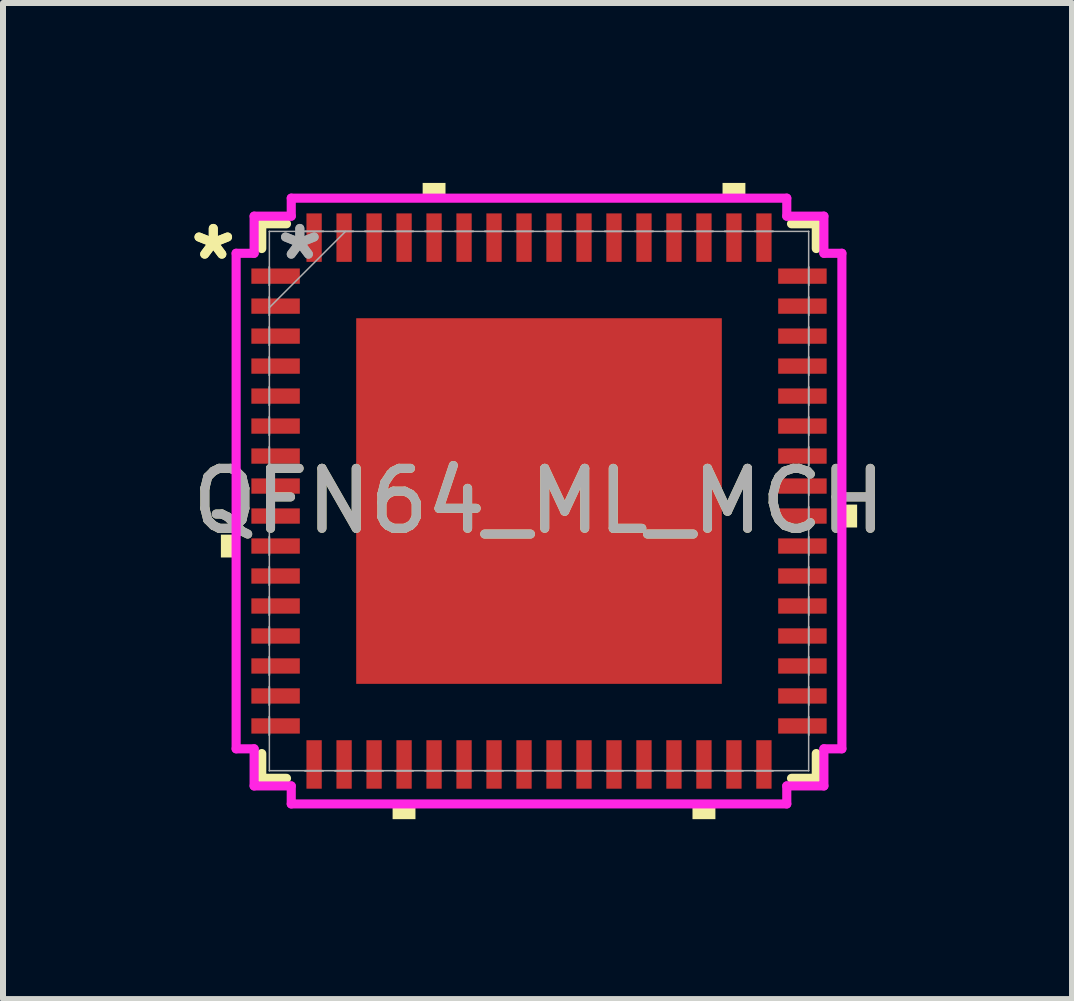
<source format=kicad_pcb>
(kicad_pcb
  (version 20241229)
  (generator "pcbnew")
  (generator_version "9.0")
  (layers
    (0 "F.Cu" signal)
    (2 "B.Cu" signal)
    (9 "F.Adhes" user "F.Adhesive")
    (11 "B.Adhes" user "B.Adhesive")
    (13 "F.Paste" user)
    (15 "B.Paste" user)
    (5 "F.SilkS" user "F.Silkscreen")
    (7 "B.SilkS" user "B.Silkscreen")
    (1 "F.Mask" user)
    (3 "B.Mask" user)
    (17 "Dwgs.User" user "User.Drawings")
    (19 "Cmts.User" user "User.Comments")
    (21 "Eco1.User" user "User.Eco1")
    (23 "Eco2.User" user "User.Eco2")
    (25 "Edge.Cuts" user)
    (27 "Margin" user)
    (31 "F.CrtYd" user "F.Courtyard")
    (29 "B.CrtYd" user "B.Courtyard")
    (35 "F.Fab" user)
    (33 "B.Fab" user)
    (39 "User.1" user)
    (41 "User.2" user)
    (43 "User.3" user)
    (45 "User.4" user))
  (footprint "QFN64_ML_MCH"
    (layer "F.Cu")
    (at 5.937 5.304)
    (property "Reference" "QFN64_ML_MCH" (at 0 0 0) (unlocked yes) (layer "F.SilkS") (effects (font (size 1 1) (thickness 0.15))))
    (attr smd)
    (fp_line (start -4.623 -4.623) (end -4.623 -4.21) (stroke (width 0.152) (type solid)) (layer "F.SilkS"))
    (fp_line (start -4.623 4.21) (end -4.623 4.623) (stroke (width 0.152) (type solid)) (layer "F.SilkS"))
    (fp_line (start -4.623 4.623) (end -4.21 4.623) (stroke (width 0.152) (type solid)) (layer "F.SilkS"))
    (fp_line (start -4.21 -4.623) (end -4.623 -4.623) (stroke (width 0.152) (type solid)) (layer "F.SilkS"))
    (fp_line (start 4.21 4.623) (end 4.623 4.623) (stroke (width 0.152) (type solid)) (layer "F.SilkS"))
    (fp_line (start 4.623 -4.623) (end 4.21 -4.623) (stroke (width 0.152) (type solid)) (layer "F.SilkS"))
    (fp_line (start 4.623 -4.21) (end 4.623 -4.623) (stroke (width 0.152) (type solid)) (layer "F.SilkS"))
    (fp_line (start 4.623 4.623) (end 4.623 4.21) (stroke (width 0.152) (type solid)) (layer "F.SilkS"))
    (fp_poly (pts (xy -5.304 0.56) (xy -5.304 0.941) (xy -5.05 0.941) (xy -5.05 0.56)) (stroke (width 0) (type solid)) (fill yes) (layer "F.SilkS"))
    (fp_poly (pts (xy -2.441 5.05) (xy -2.441 5.304) (xy -2.06 5.304) (xy -2.06 5.05)) (stroke (width 0) (type solid)) (fill yes) (layer "F.SilkS"))
    (fp_poly (pts (xy -1.94 -5.05) (xy -1.94 -5.304) (xy -1.559 -5.304) (xy -1.559 -5.05)) (stroke (width 0) (type solid)) (fill yes) (layer "F.SilkS"))
    (fp_poly (pts (xy 2.559 5.05) (xy 2.559 5.304) (xy 2.941 5.304) (xy 2.941 5.05)) (stroke (width 0) (type solid)) (fill yes) (layer "F.SilkS"))
    (fp_poly (pts (xy 3.06 -5.05) (xy 3.06 -5.304) (xy 3.441 -5.304) (xy 3.441 -5.05)) (stroke (width 0) (type solid)) (fill yes) (layer "F.SilkS"))
    (fp_poly (pts (xy 5.304 0.059) (xy 5.304 0.441) (xy 5.05 0.441) (xy 5.05 0.059)) (stroke (width 0) (type solid)) (fill yes) (layer "F.SilkS"))
    (fp_poly (pts (xy -2.948 -2.948) (xy -2.948 -1.624) (xy -1.624 -1.624) (xy -1.624 -2.948)) (stroke (width 0) (type solid)) (fill yes) (layer "F.Paste"))
    (fp_poly (pts (xy -2.948 -1.424) (xy -2.948 -0.1) (xy -1.624 -0.1) (xy -1.624 -1.424)) (stroke (width 0) (type solid)) (fill yes) (layer "F.Paste"))
    (fp_poly (pts (xy -2.948 0.1) (xy -2.948 1.424) (xy -1.624 1.424) (xy -1.624 0.1)) (stroke (width 0) (type solid)) (fill yes) (layer "F.Paste"))
    (fp_poly (pts (xy -2.948 1.624) (xy -2.948 2.948) (xy -1.624 2.948) (xy -1.624 1.624)) (stroke (width 0) (type solid)) (fill yes) (layer "F.Paste"))
    (fp_poly (pts (xy -1.424 -2.948) (xy -1.424 -1.624) (xy -0.1 -1.624) (xy -0.1 -2.948)) (stroke (width 0) (type solid)) (fill yes) (layer "F.Paste"))
    (fp_poly (pts (xy -1.424 -1.424) (xy -1.424 -0.1) (xy -0.1 -0.1) (xy -0.1 -1.424)) (stroke (width 0) (type solid)) (fill yes) (layer "F.Paste"))
    (fp_poly (pts (xy -1.424 0.1) (xy -1.424 1.424) (xy -0.1 1.424) (xy -0.1 0.1)) (stroke (width 0) (type solid)) (fill yes) (layer "F.Paste"))
    (fp_poly (pts (xy -1.424 1.624) (xy -1.424 2.948) (xy -0.1 2.948) (xy -0.1 1.624)) (stroke (width 0) (type solid)) (fill yes) (layer "F.Paste"))
    (fp_poly (pts (xy 0.1 -2.948) (xy 0.1 -1.624) (xy 1.424 -1.624) (xy 1.424 -2.948)) (stroke (width 0) (type solid)) (fill yes) (layer "F.Paste"))
    (fp_poly (pts (xy 0.1 -1.424) (xy 0.1 -0.1) (xy 1.424 -0.1) (xy 1.424 -1.424)) (stroke (width 0) (type solid)) (fill yes) (layer "F.Paste"))
    (fp_poly (pts (xy 0.1 0.1) (xy 0.1 1.424) (xy 1.424 1.424) (xy 1.424 0.1)) (stroke (width 0) (type solid)) (fill yes) (layer "F.Paste"))
    (fp_poly (pts (xy 0.1 1.624) (xy 0.1 2.948) (xy 1.424 2.948) (xy 1.424 1.624)) (stroke (width 0) (type solid)) (fill yes) (layer "F.Paste"))
    (fp_poly (pts (xy 1.624 -2.948) (xy 1.624 -1.624) (xy 2.948 -1.624) (xy 2.948 -2.948)) (stroke (width 0) (type solid)) (fill yes) (layer "F.Paste"))
    (fp_poly (pts (xy 1.624 -1.424) (xy 1.624 -0.1) (xy 2.948 -0.1) (xy 2.948 -1.424)) (stroke (width 0) (type solid)) (fill yes) (layer "F.Paste"))
    (fp_poly (pts (xy 1.624 0.1) (xy 1.624 1.424) (xy 2.948 1.424) (xy 2.948 0.1)) (stroke (width 0) (type solid)) (fill yes) (layer "F.Paste"))
    (fp_poly (pts (xy 1.624 1.624) (xy 1.624 2.948) (xy 2.948 2.948) (xy 2.948 1.624)) (stroke (width 0) (type solid)) (fill yes) (layer "F.Paste"))
    (fp_line (start -5.05 -4.131) (end -4.75 -4.131) (stroke (width 0.152) (type solid)) (layer "F.CrtYd"))
    (fp_line (start -5.05 4.131) (end -5.05 -4.131) (stroke (width 0.152) (type solid)) (layer "F.CrtYd"))
    (fp_line (start -4.75 -4.75) (end -4.131 -4.75) (stroke (width 0.152) (type solid)) (layer "F.CrtYd"))
    (fp_line (start -4.75 -4.131) (end -4.75 -4.75) (stroke (width 0.152) (type solid)) (layer "F.CrtYd"))
    (fp_line (start -4.75 4.131) (end -5.05 4.131) (stroke (width 0.152) (type solid)) (layer "F.CrtYd"))
    (fp_line (start -4.75 4.75) (end -4.75 4.131) (stroke (width 0.152) (type solid)) (layer "F.CrtYd"))
    (fp_line (start -4.131 -5.05) (end 4.131 -5.05) (stroke (width 0.152) (type solid)) (layer "F.CrtYd"))
    (fp_line (start -4.131 -4.75) (end -4.131 -5.05) (stroke (width 0.152) (type solid)) (layer "F.CrtYd"))
    (fp_line (start -4.131 4.75) (end -4.75 4.75) (stroke (width 0.152) (type solid)) (layer "F.CrtYd"))
    (fp_line (start -4.131 5.05) (end -4.131 4.75) (stroke (width 0.152) (type solid)) (layer "F.CrtYd"))
    (fp_line (start 4.131 -5.05) (end 4.131 -4.75) (stroke (width 0.152) (type solid)) (layer "F.CrtYd"))
    (fp_line (start 4.131 -4.75) (end 4.75 -4.75) (stroke (width 0.152) (type solid)) (layer "F.CrtYd"))
    (fp_line (start 4.131 4.75) (end 4.131 5.05) (stroke (width 0.152) (type solid)) (layer "F.CrtYd"))
    (fp_line (start 4.131 5.05) (end -4.131 5.05) (stroke (width 0.152) (type solid)) (layer "F.CrtYd"))
    (fp_line (start 4.75 -4.75) (end 4.75 -4.131) (stroke (width 0.152) (type solid)) (layer "F.CrtYd"))
    (fp_line (start 4.75 -4.131) (end 5.05 -4.131) (stroke (width 0.152) (type solid)) (layer "F.CrtYd"))
    (fp_line (start 4.75 4.131) (end 4.75 4.75) (stroke (width 0.152) (type solid)) (layer "F.CrtYd"))
    (fp_line (start 4.75 4.75) (end 4.131 4.75) (stroke (width 0.152) (type solid)) (layer "F.CrtYd"))
    (fp_line (start 5.05 -4.131) (end 5.05 4.131) (stroke (width 0.152) (type solid)) (layer "F.CrtYd"))
    (fp_line (start 5.05 4.131) (end 4.75 4.131) (stroke (width 0.152) (type solid)) (layer "F.CrtYd"))
    (fp_line (start -4.496 -4.496) (end -4.496 -4.496) (stroke (width 0.025) (type solid)) (layer "F.Fab"))
    (fp_line (start -4.496 -4.496) (end -4.496 4.496) (stroke (width 0.025) (type solid)) (layer "F.Fab"))
    (fp_line (start -4.496 -3.902) (end -4.496 -3.902) (stroke (width 0.025) (type solid)) (layer "F.Fab"))
    (fp_line (start -4.496 -3.902) (end -4.496 -3.598) (stroke (width 0.025) (type solid)) (layer "F.Fab"))
    (fp_line (start -4.496 -3.598) (end -4.496 -3.902) (stroke (width 0.025) (type solid)) (layer "F.Fab"))
    (fp_line (start -4.496 -3.598) (end -4.496 -3.598) (stroke (width 0.025) (type solid)) (layer "F.Fab"))
    (fp_line (start -4.496 -3.402) (end -4.496 -3.402) (stroke (width 0.025) (type solid)) (layer "F.Fab"))
    (fp_line (start -4.496 -3.402) (end -4.496 -3.098) (stroke (width 0.025) (type solid)) (layer "F.Fab"))
    (fp_line (start -4.496 -3.226) (end -3.226 -4.496) (stroke (width 0.025) (type solid)) (layer "F.Fab"))
    (fp_line (start -4.496 -3.098) (end -4.496 -3.402) (stroke (width 0.025) (type solid)) (layer "F.Fab"))
    (fp_line (start -4.496 -3.098) (end -4.496 -3.098) (stroke (width 0.025) (type solid)) (layer "F.Fab"))
    (fp_line (start -4.496 -2.902) (end -4.496 -2.902) (stroke (width 0.025) (type solid)) (layer "F.Fab"))
    (fp_line (start -4.496 -2.902) (end -4.496 -2.598) (stroke (width 0.025) (type solid)) (layer "F.Fab"))
    (fp_line (start -4.496 -2.598) (end -4.496 -2.902) (stroke (width 0.025) (type solid)) (layer "F.Fab"))
    (fp_line (start -4.496 -2.598) (end -4.496 -2.598) (stroke (width 0.025) (type solid)) (layer "F.Fab"))
    (fp_line (start -4.496 -2.402) (end -4.496 -2.402) (stroke (width 0.025) (type solid)) (layer "F.Fab"))
    (fp_line (start -4.496 -2.402) (end -4.496 -2.098) (stroke (width 0.025) (type solid)) (layer "F.Fab"))
    (fp_line (start -4.496 -2.098) (end -4.496 -2.402) (stroke (width 0.025) (type solid)) (layer "F.Fab"))
    (fp_line (start -4.496 -2.098) (end -4.496 -2.098) (stroke (width 0.025) (type solid)) (layer "F.Fab"))
    (fp_line (start -4.496 -1.902) (end -4.496 -1.902) (stroke (width 0.025) (type solid)) (layer "F.Fab"))
    (fp_line (start -4.496 -1.902) (end -4.496 -1.598) (stroke (width 0.025) (type solid)) (layer "F.Fab"))
    (fp_line (start -4.496 -1.598) (end -4.496 -1.902) (stroke (width 0.025) (type solid)) (layer "F.Fab"))
    (fp_line (start -4.496 -1.598) (end -4.496 -1.598) (stroke (width 0.025) (type solid)) (layer "F.Fab"))
    (fp_line (start -4.496 -1.402) (end -4.496 -1.402) (stroke (width 0.025) (type solid)) (layer "F.Fab"))
    (fp_line (start -4.496 -1.402) (end -4.496 -1.098) (stroke (width 0.025) (type solid)) (layer "F.Fab"))
    (fp_line (start -4.496 -1.098) (end -4.496 -1.402) (stroke (width 0.025) (type solid)) (layer "F.Fab"))
    (fp_line (start -4.496 -1.098) (end -4.496 -1.098) (stroke (width 0.025) (type solid)) (layer "F.Fab"))
    (fp_line (start -4.496 -0.902) (end -4.496 -0.902) (stroke (width 0.025) (type solid)) (layer "F.Fab"))
    (fp_line (start -4.496 -0.902) (end -4.496 -0.598) (stroke (width 0.025) (type solid)) (layer "F.Fab"))
    (fp_line (start -4.496 -0.598) (end -4.496 -0.902) (stroke (width 0.025) (type solid)) (layer "F.Fab"))
    (fp_line (start -4.496 -0.598) (end -4.496 -0.598) (stroke (width 0.025) (type solid)) (layer "F.Fab"))
    (fp_line (start -4.496 -0.402) (end -4.496 -0.402) (stroke (width 0.025) (type solid)) (layer "F.Fab"))
    (fp_line (start -4.496 -0.402) (end -4.496 -0.098) (stroke (width 0.025) (type solid)) (layer "F.Fab"))
    (fp_line (start -4.496 -0.098) (end -4.496 -0.402) (stroke (width 0.025) (type solid)) (layer "F.Fab"))
    (fp_line (start -4.496 -0.098) (end -4.496 -0.098) (stroke (width 0.025) (type solid)) (layer "F.Fab"))
    (fp_line (start -4.496 0.098) (end -4.496 0.098) (stroke (width 0.025) (type solid)) (layer "F.Fab"))
    (fp_line (start -4.496 0.098) (end -4.496 0.402) (stroke (width 0.025) (type solid)) (layer "F.Fab"))
    (fp_line (start -4.496 0.402) (end -4.496 0.098) (stroke (width 0.025) (type solid)) (layer "F.Fab"))
    (fp_line (start -4.496 0.402) (end -4.496 0.402) (stroke (width 0.025) (type solid)) (layer "F.Fab"))
    (fp_line (start -4.496 0.598) (end -4.496 0.598) (stroke (width 0.025) (type solid)) (layer "F.Fab"))
    (fp_line (start -4.496 0.598) (end -4.496 0.902) (stroke (width 0.025) (type solid)) (layer "F.Fab"))
    (fp_line (start -4.496 0.902) (end -4.496 0.598) (stroke (width 0.025) (type solid)) (layer "F.Fab"))
    (fp_line (start -4.496 0.902) (end -4.496 0.902) (stroke (width 0.025) (type solid)) (layer "F.Fab"))
    (fp_line (start -4.496 1.098) (end -4.496 1.098) (stroke (width 0.025) (type solid)) (layer "F.Fab"))
    (fp_line (start -4.496 1.098) (end -4.496 1.402) (stroke (width 0.025) (type solid)) (layer "F.Fab"))
    (fp_line (start -4.496 1.402) (end -4.496 1.098) (stroke (width 0.025) (type solid)) (layer "F.Fab"))
    (fp_line (start -4.496 1.402) (end -4.496 1.402) (stroke (width 0.025) (type solid)) (layer "F.Fab"))
    (fp_line (start -4.496 1.598) (end -4.496 1.598) (stroke (width 0.025) (type solid)) (layer "F.Fab"))
    (fp_line (start -4.496 1.598) (end -4.496 1.902) (stroke (width 0.025) (type solid)) (layer "F.Fab"))
    (fp_line (start -4.496 1.902) (end -4.496 1.598) (stroke (width 0.025) (type solid)) (layer "F.Fab"))
    (fp_line (start -4.496 1.902) (end -4.496 1.902) (stroke (width 0.025) (type solid)) (layer "F.Fab"))
    (fp_line (start -4.496 2.098) (end -4.496 2.098) (stroke (width 0.025) (type solid)) (layer "F.Fab"))
    (fp_line (start -4.496 2.098) (end -4.496 2.402) (stroke (width 0.025) (type solid)) (layer "F.Fab"))
    (fp_line (start -4.496 2.402) (end -4.496 2.098) (stroke (width 0.025) (type solid)) (layer "F.Fab"))
    (fp_line (start -4.496 2.402) (end -4.496 2.402) (stroke (width 0.025) (type solid)) (layer "F.Fab"))
    (fp_line (start -4.496 2.598) (end -4.496 2.598) (stroke (width 0.025) (type solid)) (layer "F.Fab"))
    (fp_line (start -4.496 2.598) (end -4.496 2.902) (stroke (width 0.025) (type solid)) (layer "F.Fab"))
    (fp_line (start -4.496 2.902) (end -4.496 2.598) (stroke (width 0.025) (type solid)) (layer "F.Fab"))
    (fp_line (start -4.496 2.902) (end -4.496 2.902) (stroke (width 0.025) (type solid)) (layer "F.Fab"))
    (fp_line (start -4.496 3.098) (end -4.496 3.098) (stroke (width 0.025) (type solid)) (layer "F.Fab"))
    (fp_line (start -4.496 3.098) (end -4.496 3.402) (stroke (width 0.025) (type solid)) (layer "F.Fab"))
    (fp_line (start -4.496 3.402) (end -4.496 3.098) (stroke (width 0.025) (type solid)) (layer "F.Fab"))
    (fp_line (start -4.496 3.402) (end -4.496 3.402) (stroke (width 0.025) (type solid)) (layer "F.Fab"))
    (fp_line (start -4.496 3.598) (end -4.496 3.598) (stroke (width 0.025) (type solid)) (layer "F.Fab"))
    (fp_line (start -4.496 3.598) (end -4.496 3.902) (stroke (width 0.025) (type solid)) (layer "F.Fab"))
    (fp_line (start -4.496 3.902) (end -4.496 3.598) (stroke (width 0.025) (type solid)) (layer "F.Fab"))
    (fp_line (start -4.496 3.902) (end -4.496 3.902) (stroke (width 0.025) (type solid)) (layer "F.Fab"))
    (fp_line (start -4.496 4.496) (end -4.496 4.496) (stroke (width 0.025) (type solid)) (layer "F.Fab"))
    (fp_line (start -4.496 4.496) (end 4.496 4.496) (stroke (width 0.025) (type solid)) (layer "F.Fab"))
    (fp_line (start -3.902 -4.496) (end -3.902 -4.496) (stroke (width 0.025) (type solid)) (layer "F.Fab"))
    (fp_line (start -3.902 -4.496) (end -3.598 -4.496) (stroke (width 0.025) (type solid)) (layer "F.Fab"))
    (fp_line (start -3.902 4.496) (end -3.902 4.496) (stroke (width 0.025) (type solid)) (layer "F.Fab"))
    (fp_line (start -3.902 4.496) (end -3.598 4.496) (stroke (width 0.025) (type solid)) (layer "F.Fab"))
    (fp_line (start -3.598 -4.496) (end -3.902 -4.496) (stroke (width 0.025) (type solid)) (layer "F.Fab"))
    (fp_line (start -3.598 -4.496) (end -3.598 -4.496) (stroke (width 0.025) (type solid)) (layer "F.Fab"))
    (fp_line (start -3.598 4.496) (end -3.902 4.496) (stroke (width 0.025) (type solid)) (layer "F.Fab"))
    (fp_line (start -3.598 4.496) (end -3.598 4.496) (stroke (width 0.025) (type solid)) (layer "F.Fab"))
    (fp_line (start -3.402 -4.496) (end -3.402 -4.496) (stroke (width 0.025) (type solid)) (layer "F.Fab"))
    (fp_line (start -3.402 -4.496) (end -3.098 -4.496) (stroke (width 0.025) (type solid)) (layer "F.Fab"))
    (fp_line (start -3.402 4.496) (end -3.402 4.496) (stroke (width 0.025) (type solid)) (layer "F.Fab"))
    (fp_line (start -3.402 4.496) (end -3.098 4.496) (stroke (width 0.025) (type solid)) (layer "F.Fab"))
    (fp_line (start -3.098 -4.496) (end -3.402 -4.496) (stroke (width 0.025) (type solid)) (layer "F.Fab"))
    (fp_line (start -3.098 -4.496) (end -3.098 -4.496) (stroke (width 0.025) (type solid)) (layer "F.Fab"))
    (fp_line (start -3.098 4.496) (end -3.402 4.496) (stroke (width 0.025) (type solid)) (layer "F.Fab"))
    (fp_line (start -3.098 4.496) (end -3.098 4.496) (stroke (width 0.025) (type solid)) (layer "F.Fab"))
    (fp_line (start -2.902 -4.496) (end -2.902 -4.496) (stroke (width 0.025) (type solid)) (layer "F.Fab"))
    (fp_line (start -2.902 -4.496) (end -2.598 -4.496) (stroke (width 0.025) (type solid)) (layer "F.Fab"))
    (fp_line (start -2.902 4.496) (end -2.902 4.496) (stroke (width 0.025) (type solid)) (layer "F.Fab"))
    (fp_line (start -2.902 4.496) (end -2.598 4.496) (stroke (width 0.025) (type solid)) (layer "F.Fab"))
    (fp_line (start -2.598 -4.496) (end -2.902 -4.496) (stroke (width 0.025) (type solid)) (layer "F.Fab"))
    (fp_line (start -2.598 -4.496) (end -2.598 -4.496) (stroke (width 0.025) (type solid)) (layer "F.Fab"))
    (fp_line (start -2.598 4.496) (end -2.902 4.496) (stroke (width 0.025) (type solid)) (layer "F.Fab"))
    (fp_line (start -2.598 4.496) (end -2.598 4.496) (stroke (width 0.025) (type solid)) (layer "F.Fab"))
    (fp_line (start -2.402 -4.496) (end -2.402 -4.496) (stroke (width 0.025) (type solid)) (layer "F.Fab"))
    (fp_line (start -2.402 -4.496) (end -2.098 -4.496) (stroke (width 0.025) (type solid)) (layer "F.Fab"))
    (fp_line (start -2.402 4.496) (end -2.402 4.496) (stroke (width 0.025) (type solid)) (layer "F.Fab"))
    (fp_line (start -2.402 4.496) (end -2.098 4.496) (stroke (width 0.025) (type solid)) (layer "F.Fab"))
    (fp_line (start -2.098 -4.496) (end -2.402 -4.496) (stroke (width 0.025) (type solid)) (layer "F.Fab"))
    (fp_line (start -2.098 -4.496) (end -2.098 -4.496) (stroke (width 0.025) (type solid)) (layer "F.Fab"))
    (fp_line (start -2.098 4.496) (end -2.402 4.496) (stroke (width 0.025) (type solid)) (layer "F.Fab"))
    (fp_line (start -2.098 4.496) (end -2.098 4.496) (stroke (width 0.025) (type solid)) (layer "F.Fab"))
    (fp_line (start -1.902 -4.496) (end -1.902 -4.496) (stroke (width 0.025) (type solid)) (layer "F.Fab"))
    (fp_line (start -1.902 -4.496) (end -1.598 -4.496) (stroke (width 0.025) (type solid)) (layer "F.Fab"))
    (fp_line (start -1.902 4.496) (end -1.902 4.496) (stroke (width 0.025) (type solid)) (layer "F.Fab"))
    (fp_line (start -1.902 4.496) (end -1.598 4.496) (stroke (width 0.025) (type solid)) (layer "F.Fab"))
    (fp_line (start -1.598 -4.496) (end -1.902 -4.496) (stroke (width 0.025) (type solid)) (layer "F.Fab"))
    (fp_line (start -1.598 -4.496) (end -1.598 -4.496) (stroke (width 0.025) (type solid)) (layer "F.Fab"))
    (fp_line (start -1.598 4.496) (end -1.902 4.496) (stroke (width 0.025) (type solid)) (layer "F.Fab"))
    (fp_line (start -1.598 4.496) (end -1.598 4.496) (stroke (width 0.025) (type solid)) (layer "F.Fab"))
    (fp_line (start -1.402 -4.496) (end -1.402 -4.496) (stroke (width 0.025) (type solid)) (layer "F.Fab"))
    (fp_line (start -1.402 -4.496) (end -1.098 -4.496) (stroke (width 0.025) (type solid)) (layer "F.Fab"))
    (fp_line (start -1.402 4.496) (end -1.402 4.496) (stroke (width 0.025) (type solid)) (layer "F.Fab"))
    (fp_line (start -1.402 4.496) (end -1.098 4.496) (stroke (width 0.025) (type solid)) (layer "F.Fab"))
    (fp_line (start -1.098 -4.496) (end -1.402 -4.496) (stroke (width 0.025) (type solid)) (layer "F.Fab"))
    (fp_line (start -1.098 -4.496) (end -1.098 -4.496) (stroke (width 0.025) (type solid)) (layer "F.Fab"))
    (fp_line (start -1.098 4.496) (end -1.402 4.496) (stroke (width 0.025) (type solid)) (layer "F.Fab"))
    (fp_line (start -1.098 4.496) (end -1.098 4.496) (stroke (width 0.025) (type solid)) (layer "F.Fab"))
    (fp_line (start -0.902 -4.496) (end -0.902 -4.496) (stroke (width 0.025) (type solid)) (layer "F.Fab"))
    (fp_line (start -0.902 -4.496) (end -0.598 -4.496) (stroke (width 0.025) (type solid)) (layer "F.Fab"))
    (fp_line (start -0.902 4.496) (end -0.902 4.496) (stroke (width 0.025) (type solid)) (layer "F.Fab"))
    (fp_line (start -0.902 4.496) (end -0.598 4.496) (stroke (width 0.025) (type solid)) (layer "F.Fab"))
    (fp_line (start -0.598 -4.496) (end -0.902 -4.496) (stroke (width 0.025) (type solid)) (layer "F.Fab"))
    (fp_line (start -0.598 -4.496) (end -0.598 -4.496) (stroke (width 0.025) (type solid)) (layer "F.Fab"))
    (fp_line (start -0.598 4.496) (end -0.902 4.496) (stroke (width 0.025) (type solid)) (layer "F.Fab"))
    (fp_line (start -0.598 4.496) (end -0.598 4.496) (stroke (width 0.025) (type solid)) (layer "F.Fab"))
    (fp_line (start -0.402 -4.496) (end -0.402 -4.496) (stroke (width 0.025) (type solid)) (layer "F.Fab"))
    (fp_line (start -0.402 -4.496) (end -0.098 -4.496) (stroke (width 0.025) (type solid)) (layer "F.Fab"))
    (fp_line (start -0.402 4.496) (end -0.402 4.496) (stroke (width 0.025) (type solid)) (layer "F.Fab"))
    (fp_line (start -0.402 4.496) (end -0.098 4.496) (stroke (width 0.025) (type solid)) (layer "F.Fab"))
    (fp_line (start -0.098 -4.496) (end -0.402 -4.496) (stroke (width 0.025) (type solid)) (layer "F.Fab"))
    (fp_line (start -0.098 -4.496) (end -0.098 -4.496) (stroke (width 0.025) (type solid)) (layer "F.Fab"))
    (fp_line (start -0.098 4.496) (end -0.402 4.496) (stroke (width 0.025) (type solid)) (layer "F.Fab"))
    (fp_line (start -0.098 4.496) (end -0.098 4.496) (stroke (width 0.025) (type solid)) (layer "F.Fab"))
    (fp_line (start 0.098 -4.496) (end 0.098 -4.496) (stroke (width 0.025) (type solid)) (layer "F.Fab"))
    (fp_line (start 0.098 -4.496) (end 0.402 -4.496) (stroke (width 0.025) (type solid)) (layer "F.Fab"))
    (fp_line (start 0.098 4.496) (end 0.098 4.496) (stroke (width 0.025) (type solid)) (layer "F.Fab"))
    (fp_line (start 0.098 4.496) (end 0.402 4.496) (stroke (width 0.025) (type solid)) (layer "F.Fab"))
    (fp_line (start 0.402 -4.496) (end 0.098 -4.496) (stroke (width 0.025) (type solid)) (layer "F.Fab"))
    (fp_line (start 0.402 -4.496) (end 0.402 -4.496) (stroke (width 0.025) (type solid)) (layer "F.Fab"))
    (fp_line (start 0.402 4.496) (end 0.098 4.496) (stroke (width 0.025) (type solid)) (layer "F.Fab"))
    (fp_line (start 0.402 4.496) (end 0.402 4.496) (stroke (width 0.025) (type solid)) (layer "F.Fab"))
    (fp_line (start 0.598 -4.496) (end 0.598 -4.496) (stroke (width 0.025) (type solid)) (layer "F.Fab"))
    (fp_line (start 0.598 -4.496) (end 0.902 -4.496) (stroke (width 0.025) (type solid)) (layer "F.Fab"))
    (fp_line (start 0.598 4.496) (end 0.598 4.496) (stroke (width 0.025) (type solid)) (layer "F.Fab"))
    (fp_line (start 0.598 4.496) (end 0.902 4.496) (stroke (width 0.025) (type solid)) (layer "F.Fab"))
    (fp_line (start 0.902 -4.496) (end 0.598 -4.496) (stroke (width 0.025) (type solid)) (layer "F.Fab"))
    (fp_line (start 0.902 -4.496) (end 0.902 -4.496) (stroke (width 0.025) (type solid)) (layer "F.Fab"))
    (fp_line (start 0.902 4.496) (end 0.598 4.496) (stroke (width 0.025) (type solid)) (layer "F.Fab"))
    (fp_line (start 0.902 4.496) (end 0.902 4.496) (stroke (width 0.025) (type solid)) (layer "F.Fab"))
    (fp_line (start 1.098 -4.496) (end 1.098 -4.496) (stroke (width 0.025) (type solid)) (layer "F.Fab"))
    (fp_line (start 1.098 -4.496) (end 1.402 -4.496) (stroke (width 0.025) (type solid)) (layer "F.Fab"))
    (fp_line (start 1.098 4.496) (end 1.098 4.496) (stroke (width 0.025) (type solid)) (layer "F.Fab"))
    (fp_line (start 1.098 4.496) (end 1.402 4.496) (stroke (width 0.025) (type solid)) (layer "F.Fab"))
    (fp_line (start 1.402 -4.496) (end 1.098 -4.496) (stroke (width 0.025) (type solid)) (layer "F.Fab"))
    (fp_line (start 1.402 -4.496) (end 1.402 -4.496) (stroke (width 0.025) (type solid)) (layer "F.Fab"))
    (fp_line (start 1.402 4.496) (end 1.098 4.496) (stroke (width 0.025) (type solid)) (layer "F.Fab"))
    (fp_line (start 1.402 4.496) (end 1.402 4.496) (stroke (width 0.025) (type solid)) (layer "F.Fab"))
    (fp_line (start 1.598 -4.496) (end 1.598 -4.496) (stroke (width 0.025) (type solid)) (layer "F.Fab"))
    (fp_line (start 1.598 -4.496) (end 1.902 -4.496) (stroke (width 0.025) (type solid)) (layer "F.Fab"))
    (fp_line (start 1.598 4.496) (end 1.598 4.496) (stroke (width 0.025) (type solid)) (layer "F.Fab"))
    (fp_line (start 1.598 4.496) (end 1.902 4.496) (stroke (width 0.025) (type solid)) (layer "F.Fab"))
    (fp_line (start 1.902 -4.496) (end 1.598 -4.496) (stroke (width 0.025) (type solid)) (layer "F.Fab"))
    (fp_line (start 1.902 -4.496) (end 1.902 -4.496) (stroke (width 0.025) (type solid)) (layer "F.Fab"))
    (fp_line (start 1.902 4.496) (end 1.598 4.496) (stroke (width 0.025) (type solid)) (layer "F.Fab"))
    (fp_line (start 1.902 4.496) (end 1.902 4.496) (stroke (width 0.025) (type solid)) (layer "F.Fab"))
    (fp_line (start 2.098 -4.496) (end 2.098 -4.496) (stroke (width 0.025) (type solid)) (layer "F.Fab"))
    (fp_line (start 2.098 -4.496) (end 2.402 -4.496) (stroke (width 0.025) (type solid)) (layer "F.Fab"))
    (fp_line (start 2.098 4.496) (end 2.098 4.496) (stroke (width 0.025) (type solid)) (layer "F.Fab"))
    (fp_line (start 2.098 4.496) (end 2.402 4.496) (stroke (width 0.025) (type solid)) (layer "F.Fab"))
    (fp_line (start 2.402 -4.496) (end 2.098 -4.496) (stroke (width 0.025) (type solid)) (layer "F.Fab"))
    (fp_line (start 2.402 -4.496) (end 2.402 -4.496) (stroke (width 0.025) (type solid)) (layer "F.Fab"))
    (fp_line (start 2.402 4.496) (end 2.098 4.496) (stroke (width 0.025) (type solid)) (layer "F.Fab"))
    (fp_line (start 2.402 4.496) (end 2.402 4.496) (stroke (width 0.025) (type solid)) (layer "F.Fab"))
    (fp_line (start 2.598 -4.496) (end 2.598 -4.496) (stroke (width 0.025) (type solid)) (layer "F.Fab"))
    (fp_line (start 2.598 -4.496) (end 2.902 -4.496) (stroke (width 0.025) (type solid)) (layer "F.Fab"))
    (fp_line (start 2.598 4.496) (end 2.598 4.496) (stroke (width 0.025) (type solid)) (layer "F.Fab"))
    (fp_line (start 2.598 4.496) (end 2.902 4.496) (stroke (width 0.025) (type solid)) (layer "F.Fab"))
    (fp_line (start 2.902 -4.496) (end 2.598 -4.496) (stroke (width 0.025) (type solid)) (layer "F.Fab"))
    (fp_line (start 2.902 -4.496) (end 2.902 -4.496) (stroke (width 0.025) (type solid)) (layer "F.Fab"))
    (fp_line (start 2.902 4.496) (end 2.598 4.496) (stroke (width 0.025) (type solid)) (layer "F.Fab"))
    (fp_line (start 2.902 4.496) (end 2.902 4.496) (stroke (width 0.025) (type solid)) (layer "F.Fab"))
    (fp_line (start 3.098 -4.496) (end 3.098 -4.496) (stroke (width 0.025) (type solid)) (layer "F.Fab"))
    (fp_line (start 3.098 -4.496) (end 3.402 -4.496) (stroke (width 0.025) (type solid)) (layer "F.Fab"))
    (fp_line (start 3.098 4.496) (end 3.098 4.496) (stroke (width 0.025) (type solid)) (layer "F.Fab"))
    (fp_line (start 3.098 4.496) (end 3.402 4.496) (stroke (width 0.025) (type solid)) (layer "F.Fab"))
    (fp_line (start 3.402 -4.496) (end 3.098 -4.496) (stroke (width 0.025) (type solid)) (layer "F.Fab"))
    (fp_line (start 3.402 -4.496) (end 3.402 -4.496) (stroke (width 0.025) (type solid)) (layer "F.Fab"))
    (fp_line (start 3.402 4.496) (end 3.098 4.496) (stroke (width 0.025) (type solid)) (layer "F.Fab"))
    (fp_line (start 3.402 4.496) (end 3.402 4.496) (stroke (width 0.025) (type solid)) (layer "F.Fab"))
    (fp_line (start 3.598 -4.496) (end 3.598 -4.496) (stroke (width 0.025) (type solid)) (layer "F.Fab"))
    (fp_line (start 3.598 -4.496) (end 3.902 -4.496) (stroke (width 0.025) (type solid)) (layer "F.Fab"))
    (fp_line (start 3.598 4.496) (end 3.598 4.496) (stroke (width 0.025) (type solid)) (layer "F.Fab"))
    (fp_line (start 3.598 4.496) (end 3.902 4.496) (stroke (width 0.025) (type solid)) (layer "F.Fab"))
    (fp_line (start 3.902 -4.496) (end 3.598 -4.496) (stroke (width 0.025) (type solid)) (layer "F.Fab"))
    (fp_line (start 3.902 -4.496) (end 3.902 -4.496) (stroke (width 0.025) (type solid)) (layer "F.Fab"))
    (fp_line (start 3.902 4.496) (end 3.598 4.496) (stroke (width 0.025) (type solid)) (layer "F.Fab"))
    (fp_line (start 3.902 4.496) (end 3.902 4.496) (stroke (width 0.025) (type solid)) (layer "F.Fab"))
    (fp_line (start 4.496 -4.496) (end -4.496 -4.496) (stroke (width 0.025) (type solid)) (layer "F.Fab"))
    (fp_line (start 4.496 -4.496) (end 4.496 -4.496) (stroke (width 0.025) (type solid)) (layer "F.Fab"))
    (fp_line (start 4.496 -3.902) (end 4.496 -3.902) (stroke (width 0.025) (type solid)) (layer "F.Fab"))
    (fp_line (start 4.496 -3.902) (end 4.496 -3.598) (stroke (width 0.025) (type solid)) (layer "F.Fab"))
    (fp_line (start 4.496 -3.598) (end 4.496 -3.902) (stroke (width 0.025) (type solid)) (layer "F.Fab"))
    (fp_line (start 4.496 -3.598) (end 4.496 -3.598) (stroke (width 0.025) (type solid)) (layer "F.Fab"))
    (fp_line (start 4.496 -3.402) (end 4.496 -3.402) (stroke (width 0.025) (type solid)) (layer "F.Fab"))
    (fp_line (start 4.496 -3.402) (end 4.496 -3.098) (stroke (width 0.025) (type solid)) (layer "F.Fab"))
    (fp_line (start 4.496 -3.098) (end 4.496 -3.402) (stroke (width 0.025) (type solid)) (layer "F.Fab"))
    (fp_line (start 4.496 -3.098) (end 4.496 -3.098) (stroke (width 0.025) (type solid)) (layer "F.Fab"))
    (fp_line (start 4.496 -2.902) (end 4.496 -2.902) (stroke (width 0.025) (type solid)) (layer "F.Fab"))
    (fp_line (start 4.496 -2.902) (end 4.496 -2.598) (stroke (width 0.025) (type solid)) (layer "F.Fab"))
    (fp_line (start 4.496 -2.598) (end 4.496 -2.902) (stroke (width 0.025) (type solid)) (layer "F.Fab"))
    (fp_line (start 4.496 -2.598) (end 4.496 -2.598) (stroke (width 0.025) (type solid)) (layer "F.Fab"))
    (fp_line (start 4.496 -2.402) (end 4.496 -2.402) (stroke (width 0.025) (type solid)) (layer "F.Fab"))
    (fp_line (start 4.496 -2.402) (end 4.496 -2.098) (stroke (width 0.025) (type solid)) (layer "F.Fab"))
    (fp_line (start 4.496 -2.098) (end 4.496 -2.402) (stroke (width 0.025) (type solid)) (layer "F.Fab"))
    (fp_line (start 4.496 -2.098) (end 4.496 -2.098) (stroke (width 0.025) (type solid)) (layer "F.Fab"))
    (fp_line (start 4.496 -1.902) (end 4.496 -1.902) (stroke (width 0.025) (type solid)) (layer "F.Fab"))
    (fp_line (start 4.496 -1.902) (end 4.496 -1.598) (stroke (width 0.025) (type solid)) (layer "F.Fab"))
    (fp_line (start 4.496 -1.598) (end 4.496 -1.902) (stroke (width 0.025) (type solid)) (layer "F.Fab"))
    (fp_line (start 4.496 -1.598) (end 4.496 -1.598) (stroke (width 0.025) (type solid)) (layer "F.Fab"))
    (fp_line (start 4.496 -1.402) (end 4.496 -1.402) (stroke (width 0.025) (type solid)) (layer "F.Fab"))
    (fp_line (start 4.496 -1.402) (end 4.496 -1.098) (stroke (width 0.025) (type solid)) (layer "F.Fab"))
    (fp_line (start 4.496 -1.098) (end 4.496 -1.402) (stroke (width 0.025) (type solid)) (layer "F.Fab"))
    (fp_line (start 4.496 -1.098) (end 4.496 -1.098) (stroke (width 0.025) (type solid)) (layer "F.Fab"))
    (fp_line (start 4.496 -0.902) (end 4.496 -0.902) (stroke (width 0.025) (type solid)) (layer "F.Fab"))
    (fp_line (start 4.496 -0.902) (end 4.496 -0.598) (stroke (width 0.025) (type solid)) (layer "F.Fab"))
    (fp_line (start 4.496 -0.598) (end 4.496 -0.902) (stroke (width 0.025) (type solid)) (layer "F.Fab"))
    (fp_line (start 4.496 -0.598) (end 4.496 -0.598) (stroke (width 0.025) (type solid)) (layer "F.Fab"))
    (fp_line (start 4.496 -0.402) (end 4.496 -0.402) (stroke (width 0.025) (type solid)) (layer "F.Fab"))
    (fp_line (start 4.496 -0.402) (end 4.496 -0.098) (stroke (width 0.025) (type solid)) (layer "F.Fab"))
    (fp_line (start 4.496 -0.098) (end 4.496 -0.402) (stroke (width 0.025) (type solid)) (layer "F.Fab"))
    (fp_line (start 4.496 -0.098) (end 4.496 -0.098) (stroke (width 0.025) (type solid)) (layer "F.Fab"))
    (fp_line (start 4.496 0.098) (end 4.496 0.098) (stroke (width 0.025) (type solid)) (layer "F.Fab"))
    (fp_line (start 4.496 0.098) (end 4.496 0.402) (stroke (width 0.025) (type solid)) (layer "F.Fab"))
    (fp_line (start 4.496 0.402) (end 4.496 0.098) (stroke (width 0.025) (type solid)) (layer "F.Fab"))
    (fp_line (start 4.496 0.402) (end 4.496 0.402) (stroke (width 0.025) (type solid)) (layer "F.Fab"))
    (fp_line (start 4.496 0.598) (end 4.496 0.598) (stroke (width 0.025) (type solid)) (layer "F.Fab"))
    (fp_line (start 4.496 0.598) (end 4.496 0.902) (stroke (width 0.025) (type solid)) (layer "F.Fab"))
    (fp_line (start 4.496 0.902) (end 4.496 0.598) (stroke (width 0.025) (type solid)) (layer "F.Fab"))
    (fp_line (start 4.496 0.902) (end 4.496 0.902) (stroke (width 0.025) (type solid)) (layer "F.Fab"))
    (fp_line (start 4.496 1.098) (end 4.496 1.098) (stroke (width 0.025) (type solid)) (layer "F.Fab"))
    (fp_line (start 4.496 1.098) (end 4.496 1.402) (stroke (width 0.025) (type solid)) (layer "F.Fab"))
    (fp_line (start 4.496 1.402) (end 4.496 1.098) (stroke (width 0.025) (type solid)) (layer "F.Fab"))
    (fp_line (start 4.496 1.402) (end 4.496 1.402) (stroke (width 0.025) (type solid)) (layer "F.Fab"))
    (fp_line (start 4.496 1.598) (end 4.496 1.598) (stroke (width 0.025) (type solid)) (layer "F.Fab"))
    (fp_line (start 4.496 1.598) (end 4.496 1.902) (stroke (width 0.025) (type solid)) (layer "F.Fab"))
    (fp_line (start 4.496 1.902) (end 4.496 1.598) (stroke (width 0.025) (type solid)) (layer "F.Fab"))
    (fp_line (start 4.496 1.902) (end 4.496 1.902) (stroke (width 0.025) (type solid)) (layer "F.Fab"))
    (fp_line (start 4.496 2.098) (end 4.496 2.098) (stroke (width 0.025) (type solid)) (layer "F.Fab"))
    (fp_line (start 4.496 2.098) (end 4.496 2.402) (stroke (width 0.025) (type solid)) (layer "F.Fab"))
    (fp_line (start 4.496 2.402) (end 4.496 2.098) (stroke (width 0.025) (type solid)) (layer "F.Fab"))
    (fp_line (start 4.496 2.402) (end 4.496 2.402) (stroke (width 0.025) (type solid)) (layer "F.Fab"))
    (fp_line (start 4.496 2.598) (end 4.496 2.598) (stroke (width 0.025) (type solid)) (layer "F.Fab"))
    (fp_line (start 4.496 2.598) (end 4.496 2.902) (stroke (width 0.025) (type solid)) (layer "F.Fab"))
    (fp_line (start 4.496 2.902) (end 4.496 2.598) (stroke (width 0.025) (type solid)) (layer "F.Fab"))
    (fp_line (start 4.496 2.902) (end 4.496 2.902) (stroke (width 0.025) (type solid)) (layer "F.Fab"))
    (fp_line (start 4.496 3.098) (end 4.496 3.098) (stroke (width 0.025) (type solid)) (layer "F.Fab"))
    (fp_line (start 4.496 3.098) (end 4.496 3.402) (stroke (width 0.025) (type solid)) (layer "F.Fab"))
    (fp_line (start 4.496 3.402) (end 4.496 3.098) (stroke (width 0.025) (type solid)) (layer "F.Fab"))
    (fp_line (start 4.496 3.402) (end 4.496 3.402) (stroke (width 0.025) (type solid)) (layer "F.Fab"))
    (fp_line (start 4.496 3.598) (end 4.496 3.598) (stroke (width 0.025) (type solid)) (layer "F.Fab"))
    (fp_line (start 4.496 3.598) (end 4.496 3.902) (stroke (width 0.025) (type solid)) (layer "F.Fab"))
    (fp_line (start 4.496 3.902) (end 4.496 3.598) (stroke (width 0.025) (type solid)) (layer "F.Fab"))
    (fp_line (start 4.496 3.902) (end 4.496 3.902) (stroke (width 0.025) (type solid)) (layer "F.Fab"))
    (fp_line (start 4.496 4.496) (end 4.496 -4.496) (stroke (width 0.025) (type solid)) (layer "F.Fab"))
    (fp_line (start 4.496 4.496) (end 4.496 4.496) (stroke (width 0.025) (type solid)) (layer "F.Fab"))
    (fp_text user "*" (at -5.431 -4 0) (unlocked yes) (layer "F.SilkS") (effects (font (size 1 1) (thickness 0.15))))
    (fp_text user "*" (at -5.431 -4 0) (layer "F.SilkS") (effects (font (size 1 1) (thickness 0.15))))
    (fp_text user "${REFERENCE}" (at 0 0 0) (unlocked yes) (layer "F.Fab") (effects (font (size 1 1) (thickness 0.15))))
    (fp_text user "*" (at -3.988 -4 0) (unlocked yes) (layer "F.Fab") (effects (font (size 1 1) (thickness 0.15))))
    (fp_text user "*" (at -3.988 -4 0) (layer "F.Fab") (effects (font (size 1 1) (thickness 0.15))))
    (pad "1" smd rect (at -4.392 -3.75 90) (size 0.255 0.808) (layers "F.Cu" "F.Mask" "F.Paste"))
    (pad "2" smd rect (at -4.392 -3.25 90) (size 0.255 0.808) (layers "F.Cu" "F.Mask" "F.Paste"))
    (pad "3" smd rect (at -4.392 -2.75 90) (size 0.255 0.808) (layers "F.Cu" "F.Mask" "F.Paste"))
    (pad "4" smd rect (at -4.392 -2.25 90) (size 0.255 0.808) (layers "F.Cu" "F.Mask" "F.Paste"))
    (pad "5" smd rect (at -4.392 -1.75 90) (size 0.255 0.808) (layers "F.Cu" "F.Mask" "F.Paste"))
    (pad "6" smd rect (at -4.392 -1.25 90) (size 0.255 0.808) (layers "F.Cu" "F.Mask" "F.Paste"))
    (pad "7" smd rect (at -4.392 -0.75 90) (size 0.255 0.808) (layers "F.Cu" "F.Mask" "F.Paste"))
    (pad "8" smd rect (at -4.392 -0.25 90) (size 0.255 0.808) (layers "F.Cu" "F.Mask" "F.Paste"))
    (pad "9" smd rect (at -4.392 0.25 90) (size 0.255 0.808) (layers "F.Cu" "F.Mask" "F.Paste"))
    (pad "10" smd rect (at -4.392 0.75 90) (size 0.255 0.808) (layers "F.Cu" "F.Mask" "F.Paste"))
    (pad "11" smd rect (at -4.392 1.25 90) (size 0.255 0.808) (layers "F.Cu" "F.Mask" "F.Paste"))
    (pad "12" smd rect (at -4.392 1.75 90) (size 0.255 0.808) (layers "F.Cu" "F.Mask" "F.Paste"))
    (pad "13" smd rect (at -4.392 2.25 90) (size 0.255 0.808) (layers "F.Cu" "F.Mask" "F.Paste"))
    (pad "14" smd rect (at -4.392 2.75 90) (size 0.255 0.808) (layers "F.Cu" "F.Mask" "F.Paste"))
    (pad "15" smd rect (at -4.392 3.25 90) (size 0.255 0.808) (layers "F.Cu" "F.Mask" "F.Paste"))
    (pad "16" smd rect (at -4.392 3.75 90) (size 0.255 0.808) (layers "F.Cu" "F.Mask" "F.Paste"))
    (pad "17" smd rect (at -3.75 4.392) (size 0.255 0.808) (layers "F.Cu" "F.Mask" "F.Paste"))
    (pad "18" smd rect (at -3.25 4.392) (size 0.255 0.808) (layers "F.Cu" "F.Mask" "F.Paste"))
    (pad "19" smd rect (at -2.75 4.392) (size 0.255 0.808) (layers "F.Cu" "F.Mask" "F.Paste"))
    (pad "20" smd rect (at -2.25 4.392) (size 0.255 0.808) (layers "F.Cu" "F.Mask" "F.Paste"))
    (pad "21" smd rect (at -1.75 4.392) (size 0.255 0.808) (layers "F.Cu" "F.Mask" "F.Paste"))
    (pad "22" smd rect (at -1.25 4.392) (size 0.255 0.808) (layers "F.Cu" "F.Mask" "F.Paste"))
    (pad "23" smd rect (at -0.75 4.392) (size 0.255 0.808) (layers "F.Cu" "F.Mask" "F.Paste"))
    (pad "24" smd rect (at -0.25 4.392) (size 0.255 0.808) (layers "F.Cu" "F.Mask" "F.Paste"))
    (pad "25" smd rect (at 0.25 4.392) (size 0.255 0.808) (layers "F.Cu" "F.Mask" "F.Paste"))
    (pad "26" smd rect (at 0.75 4.392) (size 0.255 0.808) (layers "F.Cu" "F.Mask" "F.Paste"))
    (pad "27" smd rect (at 1.25 4.392) (size 0.255 0.808) (layers "F.Cu" "F.Mask" "F.Paste"))
    (pad "28" smd rect (at 1.75 4.392) (size 0.255 0.808) (layers "F.Cu" "F.Mask" "F.Paste"))
    (pad "29" smd rect (at 2.25 4.392) (size 0.255 0.808) (layers "F.Cu" "F.Mask" "F.Paste"))
    (pad "30" smd rect (at 2.75 4.392) (size 0.255 0.808) (layers "F.Cu" "F.Mask" "F.Paste"))
    (pad "31" smd rect (at 3.25 4.392) (size 0.255 0.808) (layers "F.Cu" "F.Mask" "F.Paste"))
    (pad "32" smd rect (at 3.75 4.392) (size 0.255 0.808) (layers "F.Cu" "F.Mask" "F.Paste"))
    (pad "33" smd rect (at 4.392 3.75 90) (size 0.255 0.808) (layers "F.Cu" "F.Mask" "F.Paste"))
    (pad "34" smd rect (at 4.392 3.25 90) (size 0.255 0.808) (layers "F.Cu" "F.Mask" "F.Paste"))
    (pad "35" smd rect (at 4.392 2.75 90) (size 0.255 0.808) (layers "F.Cu" "F.Mask" "F.Paste"))
    (pad "36" smd rect (at 4.392 2.25 90) (size 0.255 0.808) (layers "F.Cu" "F.Mask" "F.Paste"))
    (pad "37" smd rect (at 4.392 1.75 90) (size 0.255 0.808) (layers "F.Cu" "F.Mask" "F.Paste"))
    (pad "38" smd rect (at 4.392 1.25 90) (size 0.255 0.808) (layers "F.Cu" "F.Mask" "F.Paste"))
    (pad "39" smd rect (at 4.392 0.75 90) (size 0.255 0.808) (layers "F.Cu" "F.Mask" "F.Paste"))
    (pad "40" smd rect (at 4.392 0.25 90) (size 0.255 0.808) (layers "F.Cu" "F.Mask" "F.Paste"))
    (pad "41" smd rect (at 4.392 -0.25 90) (size 0.255 0.808) (layers "F.Cu" "F.Mask" "F.Paste"))
    (pad "42" smd rect (at 4.392 -0.75 90) (size 0.255 0.808) (layers "F.Cu" "F.Mask" "F.Paste"))
    (pad "43" smd rect (at 4.392 -1.25 90) (size 0.255 0.808) (layers "F.Cu" "F.Mask" "F.Paste"))
    (pad "44" smd rect (at 4.392 -1.75 90) (size 0.255 0.808) (layers "F.Cu" "F.Mask" "F.Paste"))
    (pad "45" smd rect (at 4.392 -2.25 90) (size 0.255 0.808) (layers "F.Cu" "F.Mask" "F.Paste"))
    (pad "46" smd rect (at 4.392 -2.75 90) (size 0.255 0.808) (layers "F.Cu" "F.Mask" "F.Paste"))
    (pad "47" smd rect (at 4.392 -3.25 90) (size 0.255 0.808) (layers "F.Cu" "F.Mask" "F.Paste"))
    (pad "48" smd rect (at 4.392 -3.75 90) (size 0.255 0.808) (layers "F.Cu" "F.Mask" "F.Paste"))
    (pad "49" smd rect (at 3.75 -4.392) (size 0.255 0.808) (layers "F.Cu" "F.Mask" "F.Paste"))
    (pad "50" smd rect (at 3.25 -4.392) (size 0.255 0.808) (layers "F.Cu" "F.Mask" "F.Paste"))
    (pad "51" smd rect (at 2.75 -4.392) (size 0.255 0.808) (layers "F.Cu" "F.Mask" "F.Paste"))
    (pad "52" smd rect (at 2.25 -4.392) (size 0.255 0.808) (layers "F.Cu" "F.Mask" "F.Paste"))
    (pad "53" smd rect (at 1.75 -4.392) (size 0.255 0.808) (layers "F.Cu" "F.Mask" "F.Paste"))
    (pad "54" smd rect (at 1.25 -4.392) (size 0.255 0.808) (layers "F.Cu" "F.Mask" "F.Paste"))
    (pad "55" smd rect (at 0.75 -4.392) (size 0.255 0.808) (layers "F.Cu" "F.Mask" "F.Paste"))
    (pad "56" smd rect (at 0.25 -4.392) (size 0.255 0.808) (layers "F.Cu" "F.Mask" "F.Paste"))
    (pad "57" smd rect (at -0.25 -4.392) (size 0.255 0.808) (layers "F.Cu" "F.Mask" "F.Paste"))
    (pad "58" smd rect (at -0.75 -4.392) (size 0.255 0.808) (layers "F.Cu" "F.Mask" "F.Paste"))
    (pad "59" smd rect (at -1.25 -4.392) (size 0.255 0.808) (layers "F.Cu" "F.Mask" "F.Paste"))
    (pad "60" smd rect (at -1.75 -4.392) (size 0.255 0.808) (layers "F.Cu" "F.Mask" "F.Paste"))
    (pad "61" smd rect (at -2.25 -4.392) (size 0.255 0.808) (layers "F.Cu" "F.Mask" "F.Paste"))
    (pad "62" smd rect (at -2.75 -4.392) (size 0.255 0.808) (layers "F.Cu" "F.Mask" "F.Paste"))
    (pad "63" smd rect (at -3.25 -4.392) (size 0.255 0.808) (layers "F.Cu" "F.Mask" "F.Paste"))
    (pad "64" smd rect (at -3.75 -4.392) (size 0.255 0.808) (layers "F.Cu" "F.Mask" "F.Paste"))
    (pad "65" smd rect (at 0 0) (size 6.096 6.096) (layers "F.Cu" "F.Mask")))
  (gr_rect
    (start -3 -3)
    (end 14.824 13.608)
    (stroke (width 0.1) (type default))
    (fill no)
    (layer "Edge.Cuts")))
</source>
